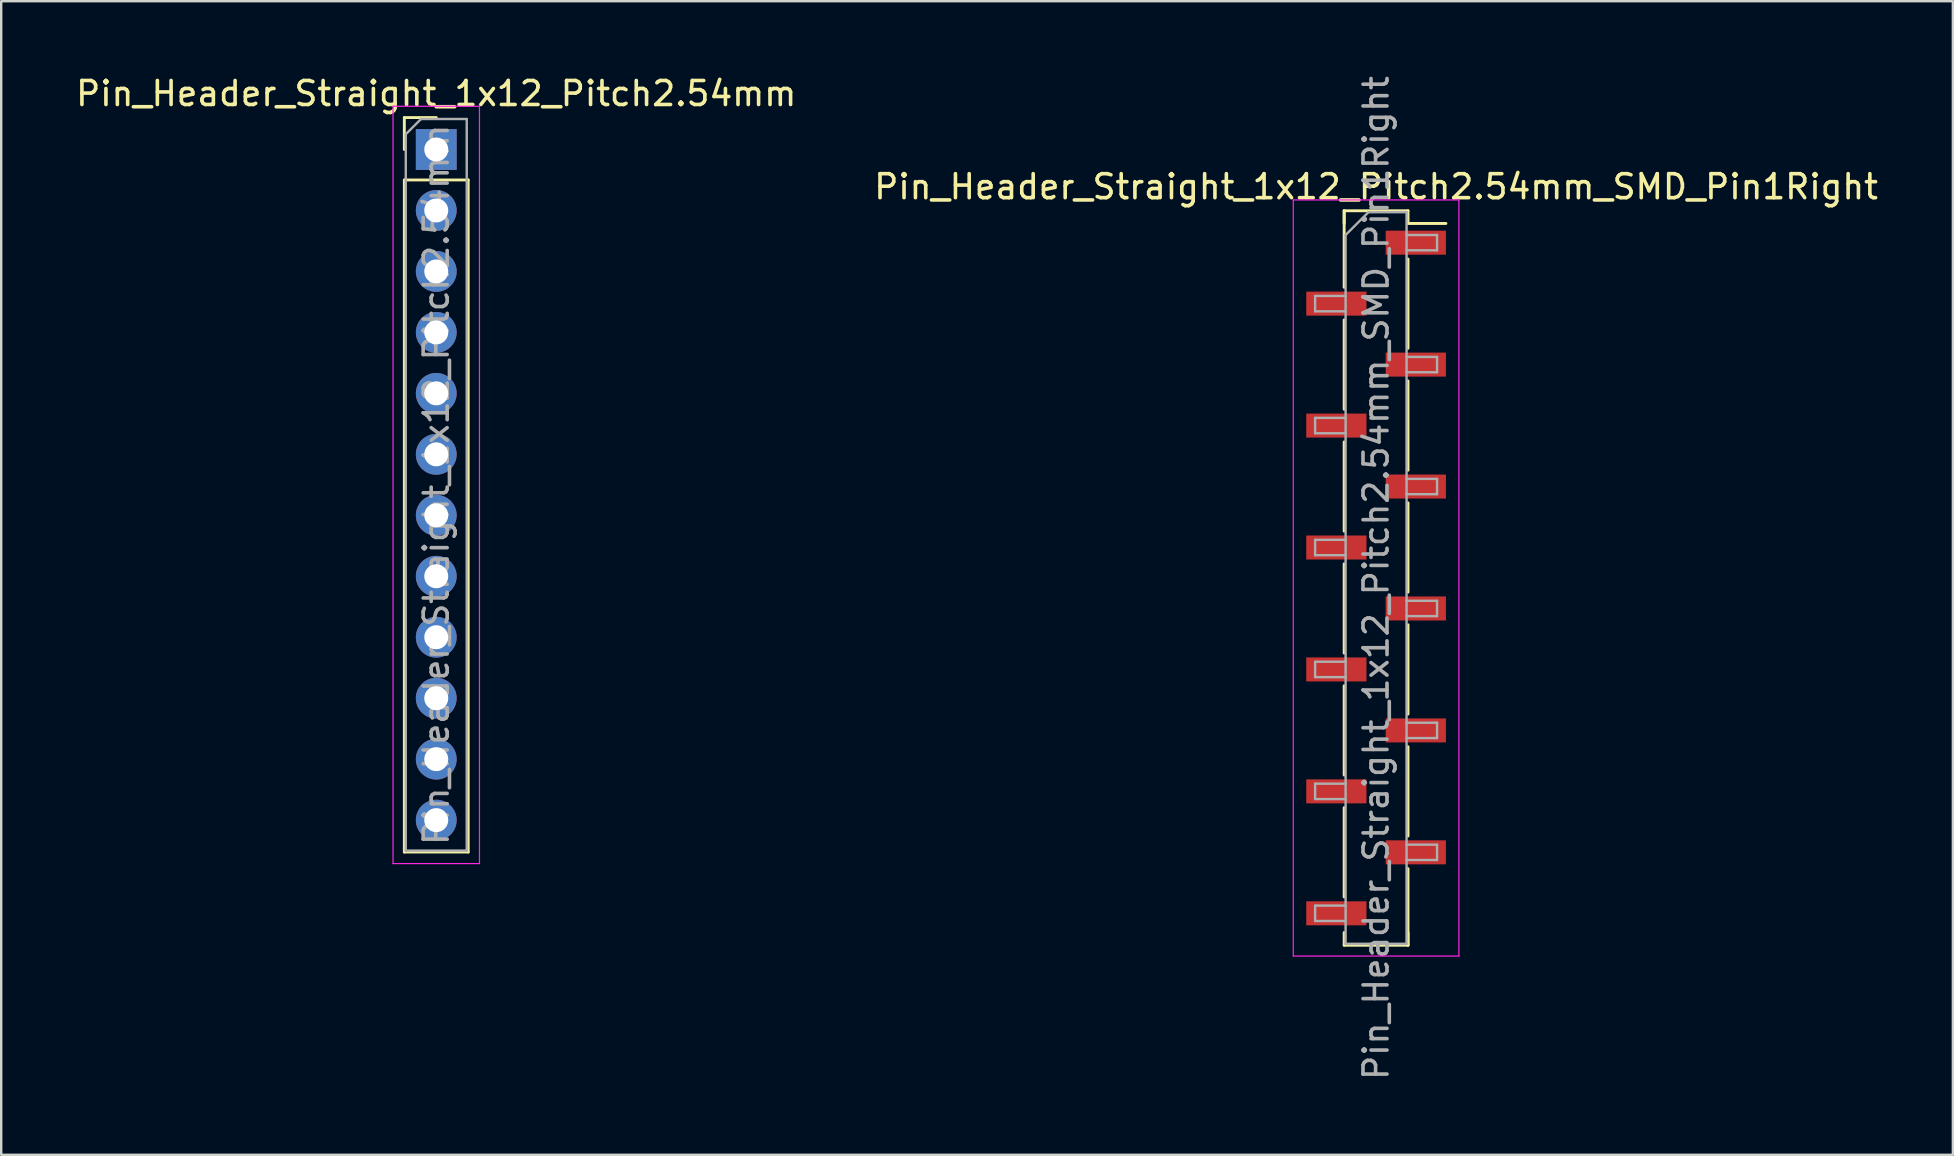
<source format=kicad_pcb>
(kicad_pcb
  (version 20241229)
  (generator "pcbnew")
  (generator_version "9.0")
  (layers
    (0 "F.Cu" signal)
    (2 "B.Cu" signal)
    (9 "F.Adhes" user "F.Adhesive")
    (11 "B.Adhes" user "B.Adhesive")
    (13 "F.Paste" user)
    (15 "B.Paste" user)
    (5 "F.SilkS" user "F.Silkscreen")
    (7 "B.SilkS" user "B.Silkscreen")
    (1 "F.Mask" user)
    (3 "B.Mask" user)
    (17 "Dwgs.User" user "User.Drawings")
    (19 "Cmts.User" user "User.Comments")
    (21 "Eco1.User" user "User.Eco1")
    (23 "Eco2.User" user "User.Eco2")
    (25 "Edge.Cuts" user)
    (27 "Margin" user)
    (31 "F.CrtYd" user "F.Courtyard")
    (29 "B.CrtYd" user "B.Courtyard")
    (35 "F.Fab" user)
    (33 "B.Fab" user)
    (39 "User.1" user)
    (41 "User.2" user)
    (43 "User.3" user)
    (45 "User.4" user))
  (footprint "Pin_Header_Straight_1x12_Pitch2.54mm"
    (layer "F.Cu")
    (at 15.125 3.178)
    (property "Reference" "Pin_Header_Straight_1x12_Pitch2.54mm" (at 0 -2.33 0) (layer "F.SilkS") (effects (font (size 1 1) (thickness 0.15))))
    (attr through_hole)
    (fp_line (start -1.33 -1.33) (end 0 -1.33) (stroke (width 0.12) (type solid)) (layer "F.SilkS"))
    (fp_line (start -1.33 0) (end -1.33 -1.33) (stroke (width 0.12) (type solid)) (layer "F.SilkS"))
    (fp_line (start -1.33 1.27) (end -1.33 29.27) (stroke (width 0.12) (type solid)) (layer "F.SilkS"))
    (fp_line (start -1.33 29.27) (end 1.33 29.27) (stroke (width 0.12) (type solid)) (layer "F.SilkS"))
    (fp_line (start 1.33 1.27) (end -1.33 1.27) (stroke (width 0.12) (type solid)) (layer "F.SilkS"))
    (fp_line (start 1.33 29.27) (end 1.33 1.27) (stroke (width 0.12) (type solid)) (layer "F.SilkS"))
    (fp_line (start -1.8 -1.8) (end -1.8 29.75) (stroke (width 0.05) (type solid)) (layer "F.CrtYd"))
    (fp_line (start -1.8 29.75) (end 1.8 29.75) (stroke (width 0.05) (type solid)) (layer "F.CrtYd"))
    (fp_line (start 1.8 -1.8) (end -1.8 -1.8) (stroke (width 0.05) (type solid)) (layer "F.CrtYd"))
    (fp_line (start 1.8 29.75) (end 1.8 -1.8) (stroke (width 0.05) (type solid)) (layer "F.CrtYd"))
    (fp_line (start -1.27 -0.635) (end -0.635 -1.27) (stroke (width 0.1) (type solid)) (layer "F.Fab"))
    (fp_line (start -1.27 29.21) (end -1.27 -0.635) (stroke (width 0.1) (type solid)) (layer "F.Fab"))
    (fp_line (start -0.635 -1.27) (end 1.27 -1.27) (stroke (width 0.1) (type solid)) (layer "F.Fab"))
    (fp_line (start 1.27 -1.27) (end 1.27 29.21) (stroke (width 0.1) (type solid)) (layer "F.Fab"))
    (fp_line (start 1.27 29.21) (end -1.27 29.21) (stroke (width 0.1) (type solid)) (layer "F.Fab"))
    (fp_text user "${REFERENCE}" (at 0 13.97 90) (layer "F.Fab") (effects (font (size 1 1) (thickness 0.15))))
    (pad "1" thru_hole rect (at 0 0) (size 1.7 1.7) (drill 1) (layers "*.Cu" "*.Mask"))
    (pad "2" thru_hole oval (at 0 2.54) (size 1.7 1.7) (drill 1) (layers "*.Cu" "*.Mask"))
    (pad "3" thru_hole oval (at 0 5.08) (size 1.7 1.7) (drill 1) (layers "*.Cu" "*.Mask"))
    (pad "4" thru_hole oval (at 0 7.62) (size 1.7 1.7) (drill 1) (layers "*.Cu" "*.Mask"))
    (pad "5" thru_hole oval (at 0 10.16) (size 1.7 1.7) (drill 1) (layers "*.Cu" "*.Mask"))
    (pad "6" thru_hole oval (at 0 12.7) (size 1.7 1.7) (drill 1) (layers "*.Cu" "*.Mask"))
    (pad "7" thru_hole oval (at 0 15.24) (size 1.7 1.7) (drill 1) (layers "*.Cu" "*.Mask"))
    (pad "8" thru_hole oval (at 0 17.78) (size 1.7 1.7) (drill 1) (layers "*.Cu" "*.Mask"))
    (pad "9" thru_hole oval (at 0 20.32) (size 1.7 1.7) (drill 1) (layers "*.Cu" "*.Mask"))
    (pad "10" thru_hole oval (at 0 22.86) (size 1.7 1.7) (drill 1) (layers "*.Cu" "*.Mask"))
    (pad "11" thru_hole oval (at 0 25.4) (size 1.7 1.7) (drill 1) (layers "*.Cu" "*.Mask"))
    (pad "12" thru_hole oval (at 0 27.94) (size 1.7 1.7) (drill 1) (layers "*.Cu" "*.Mask")))
  (footprint "Pin_Header_Straight_1x12_Pitch2.54mm_SMD_Pin1Right"
    (layer "F.Cu")
    (at 54.28 21.03)
    (property "Reference" "Pin_Header_Straight_1x12_Pitch2.54mm_SMD_Pin1Right" (at 0 -16.3 0) (layer "F.SilkS") (effects (font (size 1 1) (thickness 0.15))))
    (attr smd)
    (fp_line (start -1.33 -15.3) (end -1.33 -12.11) (stroke (width 0.12) (type solid)) (layer "F.SilkS"))
    (fp_line (start -1.33 -15.3) (end 1.33 -15.3) (stroke (width 0.12) (type solid)) (layer "F.SilkS"))
    (fp_line (start -1.33 -14.77) (end -1.33 -15.3) (stroke (width 0.12) (type solid)) (layer "F.SilkS"))
    (fp_line (start -1.33 -10.75) (end -1.33 -7.03) (stroke (width 0.12) (type solid)) (layer "F.SilkS"))
    (fp_line (start -1.33 -5.67) (end -1.33 -1.95) (stroke (width 0.12) (type solid)) (layer "F.SilkS"))
    (fp_line (start -1.33 -0.59) (end -1.33 3.13) (stroke (width 0.12) (type solid)) (layer "F.SilkS"))
    (fp_line (start -1.33 4.49) (end -1.33 8.21) (stroke (width 0.12) (type solid)) (layer "F.SilkS"))
    (fp_line (start -1.33 9.57) (end -1.33 13.29) (stroke (width 0.12) (type solid)) (layer "F.SilkS"))
    (fp_line (start -1.33 14.77) (end -1.33 15.3) (stroke (width 0.12) (type solid)) (layer "F.SilkS"))
    (fp_line (start -1.33 15.3) (end 1.33 15.3) (stroke (width 0.12) (type solid)) (layer "F.SilkS"))
    (fp_line (start 1.33 -15.3) (end 1.33 -14.77) (stroke (width 0.12) (type solid)) (layer "F.SilkS"))
    (fp_line (start 1.33 -14.77) (end 2.91 -14.77) (stroke (width 0.12) (type solid)) (layer "F.SilkS"))
    (fp_line (start 1.33 -13.29) (end 1.33 -9.57) (stroke (width 0.12) (type solid)) (layer "F.SilkS"))
    (fp_line (start 1.33 -8.21) (end 1.33 -4.49) (stroke (width 0.12) (type solid)) (layer "F.SilkS"))
    (fp_line (start 1.33 -3.13) (end 1.33 0.59) (stroke (width 0.12) (type solid)) (layer "F.SilkS"))
    (fp_line (start 1.33 1.95) (end 1.33 5.67) (stroke (width 0.12) (type solid)) (layer "F.SilkS"))
    (fp_line (start 1.33 7.03) (end 1.33 10.75) (stroke (width 0.12) (type solid)) (layer "F.SilkS"))
    (fp_line (start 1.33 12.11) (end 1.33 15.3) (stroke (width 0.12) (type solid)) (layer "F.SilkS"))
    (fp_line (start 1.33 15.3) (end 1.33 14.77) (stroke (width 0.12) (type solid)) (layer "F.SilkS"))
    (fp_line (start -3.45 -15.75) (end -3.45 15.75) (stroke (width 0.05) (type solid)) (layer "F.CrtYd"))
    (fp_line (start -3.45 15.75) (end 3.45 15.75) (stroke (width 0.05) (type solid)) (layer "F.CrtYd"))
    (fp_line (start 3.45 -15.75) (end -3.45 -15.75) (stroke (width 0.05) (type solid)) (layer "F.CrtYd"))
    (fp_line (start 3.45 15.75) (end 3.45 -15.75) (stroke (width 0.05) (type solid)) (layer "F.CrtYd"))
    (fp_line (start -2.54 -11.75) (end -2.54 -11.11) (stroke (width 0.1) (type solid)) (layer "F.Fab"))
    (fp_line (start -2.54 -11.11) (end -1.27 -11.11) (stroke (width 0.1) (type solid)) (layer "F.Fab"))
    (fp_line (start -2.54 -6.67) (end -2.54 -6.03) (stroke (width 0.1) (type solid)) (layer "F.Fab"))
    (fp_line (start -2.54 -6.03) (end -1.27 -6.03) (stroke (width 0.1) (type solid)) (layer "F.Fab"))
    (fp_line (start -2.54 -1.59) (end -2.54 -0.95) (stroke (width 0.1) (type solid)) (layer "F.Fab"))
    (fp_line (start -2.54 -0.95) (end -1.27 -0.95) (stroke (width 0.1) (type solid)) (layer "F.Fab"))
    (fp_line (start -2.54 3.49) (end -2.54 4.13) (stroke (width 0.1) (type solid)) (layer "F.Fab"))
    (fp_line (start -2.54 4.13) (end -1.27 4.13) (stroke (width 0.1) (type solid)) (layer "F.Fab"))
    (fp_line (start -2.54 8.57) (end -2.54 9.21) (stroke (width 0.1) (type solid)) (layer "F.Fab"))
    (fp_line (start -2.54 9.21) (end -1.27 9.21) (stroke (width 0.1) (type solid)) (layer "F.Fab"))
    (fp_line (start -2.54 13.65) (end -2.54 14.29) (stroke (width 0.1) (type solid)) (layer "F.Fab"))
    (fp_line (start -2.54 14.29) (end -1.27 14.29) (stroke (width 0.1) (type solid)) (layer "F.Fab"))
    (fp_line (start -1.27 -14.29) (end -0.32 -15.24) (stroke (width 0.1) (type solid)) (layer "F.Fab"))
    (fp_line (start -1.27 -11.75) (end -2.54 -11.75) (stroke (width 0.1) (type solid)) (layer "F.Fab"))
    (fp_line (start -1.27 -6.67) (end -2.54 -6.67) (stroke (width 0.1) (type solid)) (layer "F.Fab"))
    (fp_line (start -1.27 -1.59) (end -2.54 -1.59) (stroke (width 0.1) (type solid)) (layer "F.Fab"))
    (fp_line (start -1.27 3.49) (end -2.54 3.49) (stroke (width 0.1) (type solid)) (layer "F.Fab"))
    (fp_line (start -1.27 8.57) (end -2.54 8.57) (stroke (width 0.1) (type solid)) (layer "F.Fab"))
    (fp_line (start -1.27 13.65) (end -2.54 13.65) (stroke (width 0.1) (type solid)) (layer "F.Fab"))
    (fp_line (start -1.27 15.24) (end -1.27 -14.29) (stroke (width 0.1) (type solid)) (layer "F.Fab"))
    (fp_line (start -0.32 -15.24) (end 1.27 -15.24) (stroke (width 0.1) (type solid)) (layer "F.Fab"))
    (fp_line (start 1.27 -15.24) (end 1.27 15.24) (stroke (width 0.1) (type solid)) (layer "F.Fab"))
    (fp_line (start 1.27 -14.29) (end 2.54 -14.29) (stroke (width 0.1) (type solid)) (layer "F.Fab"))
    (fp_line (start 1.27 -9.21) (end 2.54 -9.21) (stroke (width 0.1) (type solid)) (layer "F.Fab"))
    (fp_line (start 1.27 -4.13) (end 2.54 -4.13) (stroke (width 0.1) (type solid)) (layer "F.Fab"))
    (fp_line (start 1.27 0.95) (end 2.54 0.95) (stroke (width 0.1) (type solid)) (layer "F.Fab"))
    (fp_line (start 1.27 6.03) (end 2.54 6.03) (stroke (width 0.1) (type solid)) (layer "F.Fab"))
    (fp_line (start 1.27 11.11) (end 2.54 11.11) (stroke (width 0.1) (type solid)) (layer "F.Fab"))
    (fp_line (start 1.27 15.24) (end -1.27 15.24) (stroke (width 0.1) (type solid)) (layer "F.Fab"))
    (fp_line (start 2.54 -14.29) (end 2.54 -13.65) (stroke (width 0.1) (type solid)) (layer "F.Fab"))
    (fp_line (start 2.54 -13.65) (end 1.27 -13.65) (stroke (width 0.1) (type solid)) (layer "F.Fab"))
    (fp_line (start 2.54 -9.21) (end 2.54 -8.57) (stroke (width 0.1) (type solid)) (layer "F.Fab"))
    (fp_line (start 2.54 -8.57) (end 1.27 -8.57) (stroke (width 0.1) (type solid)) (layer "F.Fab"))
    (fp_line (start 2.54 -4.13) (end 2.54 -3.49) (stroke (width 0.1) (type solid)) (layer "F.Fab"))
    (fp_line (start 2.54 -3.49) (end 1.27 -3.49) (stroke (width 0.1) (type solid)) (layer "F.Fab"))
    (fp_line (start 2.54 0.95) (end 2.54 1.59) (stroke (width 0.1) (type solid)) (layer "F.Fab"))
    (fp_line (start 2.54 1.59) (end 1.27 1.59) (stroke (width 0.1) (type solid)) (layer "F.Fab"))
    (fp_line (start 2.54 6.03) (end 2.54 6.67) (stroke (width 0.1) (type solid)) (layer "F.Fab"))
    (fp_line (start 2.54 6.67) (end 1.27 6.67) (stroke (width 0.1) (type solid)) (layer "F.Fab"))
    (fp_line (start 2.54 11.11) (end 2.54 11.75) (stroke (width 0.1) (type solid)) (layer "F.Fab"))
    (fp_line (start 2.54 11.75) (end 1.27 11.75) (stroke (width 0.1) (type solid)) (layer "F.Fab"))
    (fp_text user "${REFERENCE}" (at 0 0 90) (layer "F.Fab") (effects (font (size 1 1) (thickness 0.15))))
    (pad "1" smd rect (at 1.655 -13.97) (size 2.51 1) (layers "F.Cu" "F.Mask" "F.Paste"))
    (pad "2" smd rect (at -1.655 -11.43) (size 2.51 1) (layers "F.Cu" "F.Mask" "F.Paste"))
    (pad "3" smd rect (at 1.655 -8.89) (size 2.51 1) (layers "F.Cu" "F.Mask" "F.Paste"))
    (pad "4" smd rect (at -1.655 -6.35) (size 2.51 1) (layers "F.Cu" "F.Mask" "F.Paste"))
    (pad "5" smd rect (at 1.655 -3.81) (size 2.51 1) (layers "F.Cu" "F.Mask" "F.Paste"))
    (pad "6" smd rect (at -1.655 -1.27) (size 2.51 1) (layers "F.Cu" "F.Mask" "F.Paste"))
    (pad "7" smd rect (at 1.655 1.27) (size 2.51 1) (layers "F.Cu" "F.Mask" "F.Paste"))
    (pad "8" smd rect (at -1.655 3.81) (size 2.51 1) (layers "F.Cu" "F.Mask" "F.Paste"))
    (pad "9" smd rect (at 1.655 6.35) (size 2.51 1) (layers "F.Cu" "F.Mask" "F.Paste"))
    (pad "10" smd rect (at -1.655 8.89) (size 2.51 1) (layers "F.Cu" "F.Mask" "F.Paste"))
    (pad "11" smd rect (at 1.655 11.43) (size 2.51 1) (layers "F.Cu" "F.Mask" "F.Paste"))
    (pad "12" smd rect (at -1.655 13.97) (size 2.51 1) (layers "F.Cu" "F.Mask" "F.Paste")))
  (gr_rect
    (start -3 -3)
    (end 78.31 45.06)
    (stroke (width 0.1) (type default))
    (fill no)
    (layer "Edge.Cuts")))
</source>
